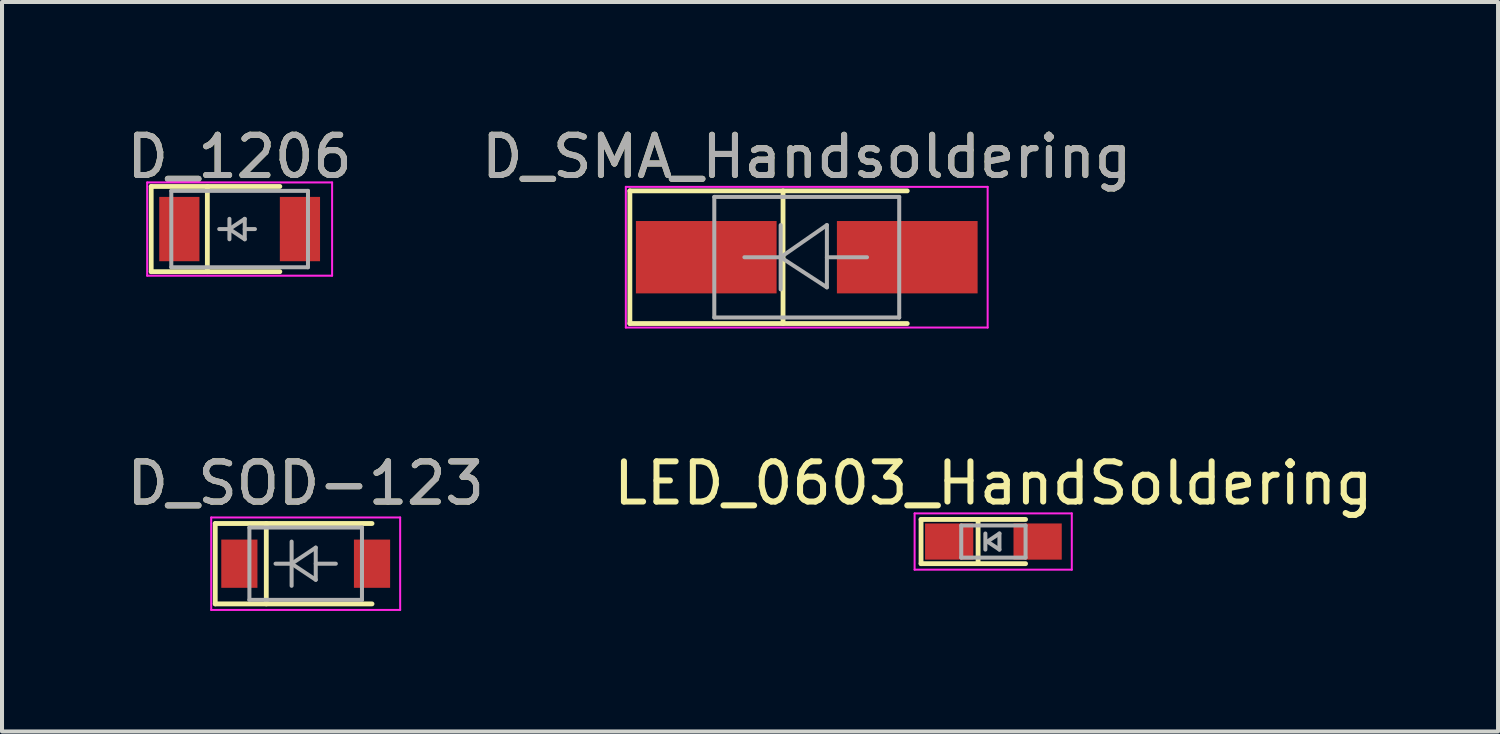
<source format=kicad_pcb>
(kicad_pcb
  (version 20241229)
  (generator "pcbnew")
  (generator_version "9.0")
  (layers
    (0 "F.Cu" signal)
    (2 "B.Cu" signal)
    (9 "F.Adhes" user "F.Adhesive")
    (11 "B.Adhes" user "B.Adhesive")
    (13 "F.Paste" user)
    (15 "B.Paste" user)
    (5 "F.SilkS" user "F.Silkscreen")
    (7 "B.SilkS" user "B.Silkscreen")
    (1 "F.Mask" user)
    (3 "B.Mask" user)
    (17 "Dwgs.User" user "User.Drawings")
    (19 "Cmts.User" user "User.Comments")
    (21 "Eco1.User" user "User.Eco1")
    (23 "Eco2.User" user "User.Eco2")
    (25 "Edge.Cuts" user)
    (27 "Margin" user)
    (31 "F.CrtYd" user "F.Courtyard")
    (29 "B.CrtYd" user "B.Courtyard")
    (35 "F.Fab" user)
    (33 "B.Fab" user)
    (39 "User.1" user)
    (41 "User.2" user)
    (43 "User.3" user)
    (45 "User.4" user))
  (footprint "LED_0603_HandSoldering"
    (layer "F.Cu")
    (at 21.661 10.421)
    (property "Reference" "LED_0603_HandSoldering" (at 0 -1.45 0) (layer "F.SilkS") (effects (font (size 1 1) (thickness 0.15))))
    (attr smd)
    (fp_line (start -1.8 -0.55) (end -1.8 0.55) (stroke (width 0.12) (type solid)) (layer "F.SilkS"))
    (fp_line (start -1.8 -0.55) (end 0.8 -0.55) (stroke (width 0.12) (type solid)) (layer "F.SilkS"))
    (fp_line (start -1.8 0.55) (end 0.8 0.55) (stroke (width 0.12) (type solid)) (layer "F.SilkS"))
    (fp_line (start -0.381 -0.508) (end -0.381 0.508) (stroke (width 0.12) (type solid)) (layer "F.SilkS"))
    (fp_line (start -1.96 -0.7) (end -1.96 0.7) (stroke (width 0.05) (type solid)) (layer "F.CrtYd"))
    (fp_line (start -1.96 -0.7) (end 1.95 -0.7) (stroke (width 0.05) (type solid)) (layer "F.CrtYd"))
    (fp_line (start 1.95 0.7) (end -1.96 0.7) (stroke (width 0.05) (type solid)) (layer "F.CrtYd"))
    (fp_line (start 1.95 0.7) (end 1.95 -0.7) (stroke (width 0.05) (type solid)) (layer "F.CrtYd"))
    (fp_line (start -0.8 -0.4) (end -0.8 0.4) (stroke (width 0.1) (type solid)) (layer "F.Fab"))
    (fp_line (start -0.8 -0.4) (end 0.8 -0.4) (stroke (width 0.1) (type solid)) (layer "F.Fab"))
    (fp_line (start -0.2 -0.2) (end -0.2 0.2) (stroke (width 0.1) (type solid)) (layer "F.Fab"))
    (fp_line (start -0.15 0) (end 0.15 -0.2) (stroke (width 0.1) (type solid)) (layer "F.Fab"))
    (fp_line (start 0.15 -0.2) (end 0.15 0.2) (stroke (width 0.1) (type solid)) (layer "F.Fab"))
    (fp_line (start 0.15 0.2) (end -0.15 0) (stroke (width 0.1) (type solid)) (layer "F.Fab"))
    (fp_line (start 0.8 -0.4) (end 0.8 0.4) (stroke (width 0.1) (type solid)) (layer "F.Fab"))
    (fp_line (start 0.8 0.4) (end -0.8 0.4) (stroke (width 0.1) (type solid)) (layer "F.Fab"))
    (pad "1" smd rect (at -1.1 0) (size 1.2 0.9) (layers "F.Cu" "F.Mask" "F.Paste"))
    (pad "2" smd rect (at 1.1 0) (size 1.2 0.9) (layers "F.Cu" "F.Mask" "F.Paste")))
  (footprint "D_1206"
    (layer "F.Cu")
    (at 2.911 2.648)
    (property "Reference" "D_1206" (at 0 -1.8 0) (layer "F.SilkS") (effects (font (size 1 1) (thickness 0.15))))
    (attr smd)
    (fp_line (start -2.2 -1.06) (end -2.2 1.06) (stroke (width 0.12) (type solid)) (layer "F.SilkS"))
    (fp_line (start -2.2 1.06) (end 1 1.06) (stroke (width 0.12) (type solid)) (layer "F.SilkS"))
    (fp_line (start -0.803 -1.06) (end -0.803 1.06) (stroke (width 0.12) (type solid)) (layer "F.SilkS"))
    (fp_line (start 1 -1.06) (end -2.2 -1.06) (stroke (width 0.12) (type solid)) (layer "F.SilkS"))
    (fp_line (start -2.3 -1.16) (end -2.3 1.16) (stroke (width 0.05) (type solid)) (layer "F.CrtYd"))
    (fp_line (start -2.3 -1.16) (end 2.3 -1.16) (stroke (width 0.05) (type solid)) (layer "F.CrtYd"))
    (fp_line (start -2.3 1.16) (end 2.3 1.16) (stroke (width 0.05) (type solid)) (layer "F.CrtYd"))
    (fp_line (start 2.3 -1.16) (end 2.3 1.16) (stroke (width 0.05) (type solid)) (layer "F.CrtYd"))
    (fp_line (start -1.7 -0.95) (end 1.7 -0.95) (stroke (width 0.1) (type solid)) (layer "F.Fab"))
    (fp_line (start -1.7 0.95) (end -1.7 -0.95) (stroke (width 0.1) (type solid)) (layer "F.Fab"))
    (fp_line (start -0.254 -0.254) (end -0.254 0.254) (stroke (width 0.1) (type solid)) (layer "F.Fab"))
    (fp_line (start -0.254 0) (end -0.508 0) (stroke (width 0.1) (type solid)) (layer "F.Fab"))
    (fp_line (start -0.254 0) (end 0.127 -0.254) (stroke (width 0.1) (type solid)) (layer "F.Fab"))
    (fp_line (start 0.127 -0.254) (end 0.127 0.254) (stroke (width 0.1) (type solid)) (layer "F.Fab"))
    (fp_line (start 0.127 0) (end 0.381 0) (stroke (width 0.1) (type solid)) (layer "F.Fab"))
    (fp_line (start 0.127 0.254) (end -0.254 0) (stroke (width 0.1) (type solid)) (layer "F.Fab"))
    (fp_line (start 1.7 -0.95) (end 1.7 0.95) (stroke (width 0.1) (type solid)) (layer "F.Fab"))
    (fp_line (start 1.7 0.95) (end -1.7 0.95) (stroke (width 0.1) (type solid)) (layer "F.Fab"))
    (fp_text user "${REFERENCE}" (at 0 -1.8 0) (layer "F.Fab") (effects (font (size 1 1) (thickness 0.15))))
    (pad "1" smd rect (at -1.5 0) (size 1 1.6) (layers "F.Cu" "F.Mask" "F.Paste"))
    (pad "2" smd rect (at 1.5 0) (size 1 1.6) (layers "F.Cu" "F.Mask" "F.Paste")))
  (footprint "D_SOD-123"
    (layer "F.Cu")
    (at 4.554 10.972)
    (property "Reference" "D_SOD-123" (at 0 -2 0) (layer "F.SilkS") (effects (font (size 1 1) (thickness 0.15))))
    (attr smd)
    (fp_line (start -2.25 -1) (end -2.25 1) (stroke (width 0.12) (type solid)) (layer "F.SilkS"))
    (fp_line (start -2.25 -1) (end 1.65 -1) (stroke (width 0.12) (type solid)) (layer "F.SilkS"))
    (fp_line (start -2.25 1) (end 1.65 1) (stroke (width 0.12) (type solid)) (layer "F.SilkS"))
    (fp_line (start -0.98 -1) (end -0.98 1) (stroke (width 0.12) (type solid)) (layer "F.SilkS"))
    (fp_line (start -2.35 -1.15) (end -2.35 1.15) (stroke (width 0.05) (type solid)) (layer "F.CrtYd"))
    (fp_line (start -2.35 -1.15) (end 2.35 -1.15) (stroke (width 0.05) (type solid)) (layer "F.CrtYd"))
    (fp_line (start 2.35 -1.15) (end 2.35 1.15) (stroke (width 0.05) (type solid)) (layer "F.CrtYd"))
    (fp_line (start 2.35 1.15) (end -2.35 1.15) (stroke (width 0.05) (type solid)) (layer "F.CrtYd"))
    (fp_line (start -1.4 -0.9) (end 1.4 -0.9) (stroke (width 0.1) (type solid)) (layer "F.Fab"))
    (fp_line (start -1.4 0.9) (end -1.4 -0.9) (stroke (width 0.1) (type solid)) (layer "F.Fab"))
    (fp_line (start -0.75 0) (end -0.35 0) (stroke (width 0.1) (type solid)) (layer "F.Fab"))
    (fp_line (start -0.35 0) (end -0.35 -0.55) (stroke (width 0.1) (type solid)) (layer "F.Fab"))
    (fp_line (start -0.35 0) (end -0.35 0.55) (stroke (width 0.1) (type solid)) (layer "F.Fab"))
    (fp_line (start -0.35 0) (end 0.25 -0.4) (stroke (width 0.1) (type solid)) (layer "F.Fab"))
    (fp_line (start 0.25 -0.4) (end 0.25 0.4) (stroke (width 0.1) (type solid)) (layer "F.Fab"))
    (fp_line (start 0.25 0) (end 0.75 0) (stroke (width 0.1) (type solid)) (layer "F.Fab"))
    (fp_line (start 0.25 0.4) (end -0.35 0) (stroke (width 0.1) (type solid)) (layer "F.Fab"))
    (fp_line (start 1.4 -0.9) (end 1.4 0.9) (stroke (width 0.1) (type solid)) (layer "F.Fab"))
    (fp_line (start 1.4 0.9) (end -1.4 0.9) (stroke (width 0.1) (type solid)) (layer "F.Fab"))
    (fp_text user "${REFERENCE}" (at 0 -2 0) (layer "F.Fab") (effects (font (size 1 1) (thickness 0.15))))
    (pad "1" smd rect (at -1.65 0) (size 0.9 1.2) (layers "F.Cu" "F.Mask" "F.Paste"))
    (pad "2" smd rect (at 1.65 0) (size 0.9 1.2) (layers "F.Cu" "F.Mask" "F.Paste")))
  (footprint "D_SMA_Handsoldering"
    (layer "F.Cu")
    (at 17.018 3.348)
    (property "Reference" "D_SMA_Handsoldering" (at 0 -2.5 0) (layer "F.SilkS") (effects (font (size 1 1) (thickness 0.15))))
    (attr smd)
    (fp_line (start -4.4 -1.65) (end -4.4 1.65) (stroke (width 0.12) (type solid)) (layer "F.SilkS"))
    (fp_line (start -4.4 -1.65) (end 2.5 -1.65) (stroke (width 0.12) (type solid)) (layer "F.SilkS"))
    (fp_line (start -4.4 1.65) (end 2.5 1.65) (stroke (width 0.12) (type solid)) (layer "F.SilkS"))
    (fp_line (start -0.59 -1.65) (end -0.59 1.65) (stroke (width 0.12) (type solid)) (layer "F.SilkS"))
    (fp_line (start -4.5 -1.75) (end 4.5 -1.75) (stroke (width 0.05) (type solid)) (layer "F.CrtYd"))
    (fp_line (start -4.5 1.75) (end -4.5 -1.75) (stroke (width 0.05) (type solid)) (layer "F.CrtYd"))
    (fp_line (start 4.5 -1.75) (end 4.5 1.75) (stroke (width 0.05) (type solid)) (layer "F.CrtYd"))
    (fp_line (start 4.5 1.75) (end -4.5 1.75) (stroke (width 0.05) (type solid)) (layer "F.CrtYd"))
    (fp_line (start -2.3 1.5) (end -2.3 -1.5) (stroke (width 0.1) (type solid)) (layer "F.Fab"))
    (fp_line (start -0.649 -0.799) (end -0.649 0.801) (stroke (width 0.1) (type solid)) (layer "F.Fab"))
    (fp_line (start -0.649 0.001) (end -1.551 0.001) (stroke (width 0.1) (type solid)) (layer "F.Fab"))
    (fp_line (start -0.649 0.001) (end 0.501 -0.799) (stroke (width 0.1) (type solid)) (layer "F.Fab"))
    (fp_line (start -0.649 0.001) (end 0.501 0.75) (stroke (width 0.1) (type solid)) (layer "F.Fab"))
    (fp_line (start 0.501 0.001) (end 1.499 0.001) (stroke (width 0.1) (type solid)) (layer "F.Fab"))
    (fp_line (start 0.501 0.75) (end 0.501 -0.799) (stroke (width 0.1) (type solid)) (layer "F.Fab"))
    (fp_line (start 2.3 -1.5) (end -2.3 -1.5) (stroke (width 0.1) (type solid)) (layer "F.Fab"))
    (fp_line (start 2.3 -1.5) (end 2.3 1.5) (stroke (width 0.1) (type solid)) (layer "F.Fab"))
    (fp_line (start 2.3 1.5) (end -2.3 1.5) (stroke (width 0.1) (type solid)) (layer "F.Fab"))
    (fp_text user "${REFERENCE}" (at 0 -2.5 0) (layer "F.Fab") (effects (font (size 1 1) (thickness 0.15))))
    (pad "1" smd rect (at -2.5 0) (size 3.5 1.8) (layers "F.Cu" "F.Mask" "F.Paste"))
    (pad "2" smd rect (at 2.5 0) (size 3.5 1.8) (layers "F.Cu" "F.Mask" "F.Paste")))
  (gr_rect
    (start -3 -3)
    (end 34.214 15.146)
    (stroke (width 0.1) (type default))
    (fill no)
    (layer "Edge.Cuts")))
</source>
